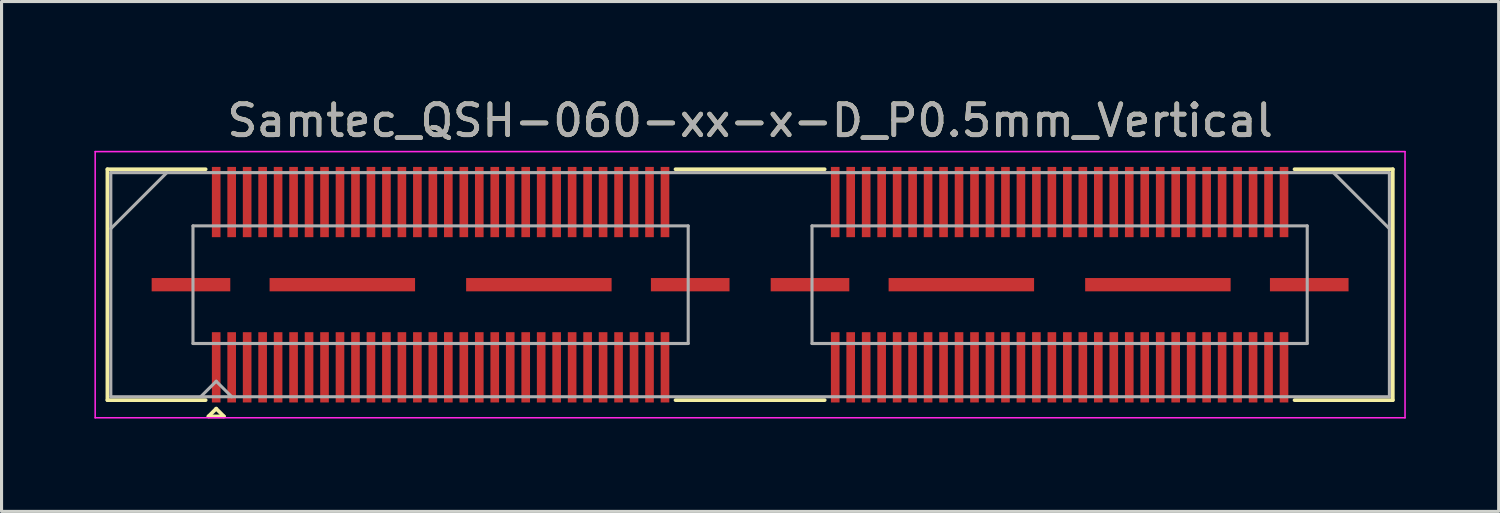
<source format=kicad_pcb>
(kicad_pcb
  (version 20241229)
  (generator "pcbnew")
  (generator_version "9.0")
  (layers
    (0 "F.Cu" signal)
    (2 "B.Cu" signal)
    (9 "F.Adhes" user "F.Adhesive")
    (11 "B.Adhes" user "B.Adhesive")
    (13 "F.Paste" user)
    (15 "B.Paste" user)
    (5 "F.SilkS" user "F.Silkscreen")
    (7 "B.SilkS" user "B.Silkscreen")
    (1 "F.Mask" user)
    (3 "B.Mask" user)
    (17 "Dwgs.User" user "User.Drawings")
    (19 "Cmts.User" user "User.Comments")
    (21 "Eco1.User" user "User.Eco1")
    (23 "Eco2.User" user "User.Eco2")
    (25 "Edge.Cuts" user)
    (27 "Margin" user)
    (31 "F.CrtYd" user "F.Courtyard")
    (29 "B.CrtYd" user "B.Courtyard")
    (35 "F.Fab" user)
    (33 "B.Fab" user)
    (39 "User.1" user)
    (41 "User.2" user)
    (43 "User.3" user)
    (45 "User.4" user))
  (footprint "Samtec_QSH-060-xx-x-D_P0.5mm_Vertical"
    (layer "F.Cu")
    (at 21.185 6.148)
    (property "Reference" "Samtec_QSH-060-xx-x-D_P0.5mm_Vertical" (at 0 -5.3 0) (layer "F.SilkS") (effects (font (size 1 1) (thickness 0.15))))
    (attr smd)
    (fp_line (start -20.765 -3.73) (end -17.59 -3.73) (stroke (width 0.12) (type solid)) (layer "F.SilkS"))
    (fp_line (start -20.765 3.73) (end -20.765 -3.73) (stroke (width 0.12) (type solid)) (layer "F.SilkS"))
    (fp_line (start -17.59 3.73) (end -20.765 3.73) (stroke (width 0.12) (type solid)) (layer "F.SilkS"))
    (fp_line (start -17.5 4.255) (end -17.25 4.005) (stroke (width 0.12) (type solid)) (layer "F.SilkS"))
    (fp_line (start -17.25 4.005) (end -17 4.255) (stroke (width 0.12) (type solid)) (layer "F.SilkS"))
    (fp_line (start -17 4.255) (end -17.5 4.255) (stroke (width 0.12) (type solid)) (layer "F.SilkS"))
    (fp_line (start -2.41 -3.73) (end 2.41 -3.73) (stroke (width 0.12) (type solid)) (layer "F.SilkS"))
    (fp_line (start -2.41 3.73) (end 2.41 3.73) (stroke (width 0.12) (type solid)) (layer "F.SilkS"))
    (fp_line (start 17.59 3.73) (end 20.765 3.73) (stroke (width 0.12) (type solid)) (layer "F.SilkS"))
    (fp_line (start 20.765 -3.73) (end 17.59 -3.73) (stroke (width 0.12) (type solid)) (layer "F.SilkS"))
    (fp_line (start 20.765 3.73) (end 20.765 -3.73) (stroke (width 0.12) (type solid)) (layer "F.SilkS"))
    (fp_line (start -21.16 -4.3) (end -21.16 4.3) (stroke (width 0.05) (type solid)) (layer "F.CrtYd"))
    (fp_line (start -21.16 4.3) (end 21.16 4.3) (stroke (width 0.05) (type solid)) (layer "F.CrtYd"))
    (fp_line (start 21.16 -4.3) (end -21.16 -4.3) (stroke (width 0.05) (type solid)) (layer "F.CrtYd"))
    (fp_line (start 21.16 4.3) (end 21.16 -4.3) (stroke (width 0.05) (type solid)) (layer "F.CrtYd"))
    (fp_line (start -20.655 -3.62) (end -20.655 3.62) (stroke (width 0.1) (type solid)) (layer "F.Fab"))
    (fp_line (start -20.655 -1.81) (end -18.845 -3.62) (stroke (width 0.1) (type solid)) (layer "F.Fab"))
    (fp_line (start -20.655 3.62) (end 20.655 3.62) (stroke (width 0.1) (type solid)) (layer "F.Fab"))
    (fp_line (start -18 -1.9) (end -18 1.9) (stroke (width 0.1) (type solid)) (layer "F.Fab"))
    (fp_line (start -18 1.9) (end -2 1.9) (stroke (width 0.1) (type solid)) (layer "F.Fab"))
    (fp_line (start -17.75 3.62) (end -17.25 3.12) (stroke (width 0.1) (type solid)) (layer "F.Fab"))
    (fp_line (start -17.25 3.12) (end -16.75 3.62) (stroke (width 0.1) (type solid)) (layer "F.Fab"))
    (fp_line (start -2 -1.9) (end -18 -1.9) (stroke (width 0.1) (type solid)) (layer "F.Fab"))
    (fp_line (start -2 1.9) (end -2 -1.9) (stroke (width 0.1) (type solid)) (layer "F.Fab"))
    (fp_line (start 2 -1.9) (end 2 1.9) (stroke (width 0.1) (type solid)) (layer "F.Fab"))
    (fp_line (start 2 1.9) (end 18 1.9) (stroke (width 0.1) (type solid)) (layer "F.Fab"))
    (fp_line (start 18 -1.9) (end 2 -1.9) (stroke (width 0.1) (type solid)) (layer "F.Fab"))
    (fp_line (start 18 1.9) (end 18 -1.9) (stroke (width 0.1) (type solid)) (layer "F.Fab"))
    (fp_line (start 20.655 -3.62) (end -20.655 -3.62) (stroke (width 0.1) (type solid)) (layer "F.Fab"))
    (fp_line (start 20.655 -1.81) (end 18.845 -3.62) (stroke (width 0.1) (type solid)) (layer "F.Fab"))
    (fp_line (start 20.655 3.62) (end 20.655 -3.62) (stroke (width 0.1) (type solid)) (layer "F.Fab"))
    (fp_text user "${REFERENCE}" (at 0 -5.3 0) (layer "F.Fab") (effects (font (size 1 1) (thickness 0.15))))
    (pad "1" smd rect (at -17.25 2.67) (size 0.279 2.27) (layers "F.Cu" "F.Mask" "F.Paste"))
    (pad "2" smd rect (at -17.25 -2.67) (size 0.279 2.27) (layers "F.Cu" "F.Mask" "F.Paste"))
    (pad "3" smd rect (at -16.75 2.67) (size 0.279 2.27) (layers "F.Cu" "F.Mask" "F.Paste"))
    (pad "4" smd rect (at -16.75 -2.67) (size 0.279 2.27) (layers "F.Cu" "F.Mask" "F.Paste"))
    (pad "5" smd rect (at -16.25 2.67) (size 0.279 2.27) (layers "F.Cu" "F.Mask" "F.Paste"))
    (pad "6" smd rect (at -16.25 -2.67) (size 0.279 2.27) (layers "F.Cu" "F.Mask" "F.Paste"))
    (pad "7" smd rect (at -15.75 2.67) (size 0.279 2.27) (layers "F.Cu" "F.Mask" "F.Paste"))
    (pad "8" smd rect (at -15.75 -2.67) (size 0.279 2.27) (layers "F.Cu" "F.Mask" "F.Paste"))
    (pad "9" smd rect (at -15.25 2.67) (size 0.279 2.27) (layers "F.Cu" "F.Mask" "F.Paste"))
    (pad "10" smd rect (at -15.25 -2.67) (size 0.279 2.27) (layers "F.Cu" "F.Mask" "F.Paste"))
    (pad "11" smd rect (at -14.75 2.67) (size 0.279 2.27) (layers "F.Cu" "F.Mask" "F.Paste"))
    (pad "12" smd rect (at -14.75 -2.67) (size 0.279 2.27) (layers "F.Cu" "F.Mask" "F.Paste"))
    (pad "13" smd rect (at -14.25 2.67) (size 0.279 2.27) (layers "F.Cu" "F.Mask" "F.Paste"))
    (pad "14" smd rect (at -14.25 -2.67) (size 0.279 2.27) (layers "F.Cu" "F.Mask" "F.Paste"))
    (pad "15" smd rect (at -13.75 2.67) (size 0.279 2.27) (layers "F.Cu" "F.Mask" "F.Paste"))
    (pad "16" smd rect (at -13.75 -2.67) (size 0.279 2.27) (layers "F.Cu" "F.Mask" "F.Paste"))
    (pad "17" smd rect (at -13.25 2.67) (size 0.279 2.27) (layers "F.Cu" "F.Mask" "F.Paste"))
    (pad "18" smd rect (at -13.25 -2.67) (size 0.279 2.27) (layers "F.Cu" "F.Mask" "F.Paste"))
    (pad "19" smd rect (at -12.75 2.67) (size 0.279 2.27) (layers "F.Cu" "F.Mask" "F.Paste"))
    (pad "20" smd rect (at -12.75 -2.67) (size 0.279 2.27) (layers "F.Cu" "F.Mask" "F.Paste"))
    (pad "21" smd rect (at -12.25 2.67) (size 0.279 2.27) (layers "F.Cu" "F.Mask" "F.Paste"))
    (pad "22" smd rect (at -12.25 -2.67) (size 0.279 2.27) (layers "F.Cu" "F.Mask" "F.Paste"))
    (pad "23" smd rect (at -11.75 2.67) (size 0.279 2.27) (layers "F.Cu" "F.Mask" "F.Paste"))
    (pad "24" smd rect (at -11.75 -2.67) (size 0.279 2.27) (layers "F.Cu" "F.Mask" "F.Paste"))
    (pad "25" smd rect (at -11.25 2.67) (size 0.279 2.27) (layers "F.Cu" "F.Mask" "F.Paste"))
    (pad "26" smd rect (at -11.25 -2.67) (size 0.279 2.27) (layers "F.Cu" "F.Mask" "F.Paste"))
    (pad "27" smd rect (at -10.75 2.67) (size 0.279 2.27) (layers "F.Cu" "F.Mask" "F.Paste"))
    (pad "28" smd rect (at -10.75 -2.67) (size 0.279 2.27) (layers "F.Cu" "F.Mask" "F.Paste"))
    (pad "29" smd rect (at -10.25 2.67) (size 0.279 2.27) (layers "F.Cu" "F.Mask" "F.Paste"))
    (pad "30" smd rect (at -10.25 -2.67) (size 0.279 2.27) (layers "F.Cu" "F.Mask" "F.Paste"))
    (pad "31" smd rect (at -9.75 2.67) (size 0.279 2.27) (layers "F.Cu" "F.Mask" "F.Paste"))
    (pad "32" smd rect (at -9.75 -2.67) (size 0.279 2.27) (layers "F.Cu" "F.Mask" "F.Paste"))
    (pad "33" smd rect (at -9.25 2.67) (size 0.279 2.27) (layers "F.Cu" "F.Mask" "F.Paste"))
    (pad "34" smd rect (at -9.25 -2.67) (size 0.279 2.27) (layers "F.Cu" "F.Mask" "F.Paste"))
    (pad "35" smd rect (at -8.75 2.67) (size 0.279 2.27) (layers "F.Cu" "F.Mask" "F.Paste"))
    (pad "36" smd rect (at -8.75 -2.67) (size 0.279 2.27) (layers "F.Cu" "F.Mask" "F.Paste"))
    (pad "37" smd rect (at -8.25 2.67) (size 0.279 2.27) (layers "F.Cu" "F.Mask" "F.Paste"))
    (pad "38" smd rect (at -8.25 -2.67) (size 0.279 2.27) (layers "F.Cu" "F.Mask" "F.Paste"))
    (pad "39" smd rect (at -7.75 2.67) (size 0.279 2.27) (layers "F.Cu" "F.Mask" "F.Paste"))
    (pad "40" smd rect (at -7.75 -2.67) (size 0.279 2.27) (layers "F.Cu" "F.Mask" "F.Paste"))
    (pad "41" smd rect (at -7.25 2.67) (size 0.279 2.27) (layers "F.Cu" "F.Mask" "F.Paste"))
    (pad "42" smd rect (at -7.25 -2.67) (size 0.279 2.27) (layers "F.Cu" "F.Mask" "F.Paste"))
    (pad "43" smd rect (at -6.75 2.67) (size 0.279 2.27) (layers "F.Cu" "F.Mask" "F.Paste"))
    (pad "44" smd rect (at -6.75 -2.67) (size 0.279 2.27) (layers "F.Cu" "F.Mask" "F.Paste"))
    (pad "45" smd rect (at -6.25 2.67) (size 0.279 2.27) (layers "F.Cu" "F.Mask" "F.Paste"))
    (pad "46" smd rect (at -6.25 -2.67) (size 0.279 2.27) (layers "F.Cu" "F.Mask" "F.Paste"))
    (pad "47" smd rect (at -5.75 2.67) (size 0.279 2.27) (layers "F.Cu" "F.Mask" "F.Paste"))
    (pad "48" smd rect (at -5.75 -2.67) (size 0.279 2.27) (layers "F.Cu" "F.Mask" "F.Paste"))
    (pad "49" smd rect (at -5.25 2.67) (size 0.279 2.27) (layers "F.Cu" "F.Mask" "F.Paste"))
    (pad "50" smd rect (at -5.25 -2.67) (size 0.279 2.27) (layers "F.Cu" "F.Mask" "F.Paste"))
    (pad "51" smd rect (at -4.75 2.67) (size 0.279 2.27) (layers "F.Cu" "F.Mask" "F.Paste"))
    (pad "52" smd rect (at -4.75 -2.67) (size 0.279 2.27) (layers "F.Cu" "F.Mask" "F.Paste"))
    (pad "53" smd rect (at -4.25 2.67) (size 0.279 2.27) (layers "F.Cu" "F.Mask" "F.Paste"))
    (pad "54" smd rect (at -4.25 -2.67) (size 0.279 2.27) (layers "F.Cu" "F.Mask" "F.Paste"))
    (pad "55" smd rect (at -3.75 2.67) (size 0.279 2.27) (layers "F.Cu" "F.Mask" "F.Paste"))
    (pad "56" smd rect (at -3.75 -2.67) (size 0.279 2.27) (layers "F.Cu" "F.Mask" "F.Paste"))
    (pad "57" smd rect (at -3.25 2.67) (size 0.279 2.27) (layers "F.Cu" "F.Mask" "F.Paste"))
    (pad "58" smd rect (at -3.25 -2.67) (size 0.279 2.27) (layers "F.Cu" "F.Mask" "F.Paste"))
    (pad "59" smd rect (at -2.75 2.67) (size 0.279 2.27) (layers "F.Cu" "F.Mask" "F.Paste"))
    (pad "60" smd rect (at -2.75 -2.67) (size 0.279 2.27) (layers "F.Cu" "F.Mask" "F.Paste"))
    (pad "61" smd rect (at 2.75 2.67) (size 0.279 2.27) (layers "F.Cu" "F.Mask" "F.Paste"))
    (pad "62" smd rect (at 2.75 -2.67) (size 0.279 2.27) (layers "F.Cu" "F.Mask" "F.Paste"))
    (pad "63" smd rect (at 3.25 2.67) (size 0.279 2.27) (layers "F.Cu" "F.Mask" "F.Paste"))
    (pad "64" smd rect (at 3.25 -2.67) (size 0.279 2.27) (layers "F.Cu" "F.Mask" "F.Paste"))
    (pad "65" smd rect (at 3.75 2.67) (size 0.279 2.27) (layers "F.Cu" "F.Mask" "F.Paste"))
    (pad "66" smd rect (at 3.75 -2.67) (size 0.279 2.27) (layers "F.Cu" "F.Mask" "F.Paste"))
    (pad "67" smd rect (at 4.25 2.67) (size 0.279 2.27) (layers "F.Cu" "F.Mask" "F.Paste"))
    (pad "68" smd rect (at 4.25 -2.67) (size 0.279 2.27) (layers "F.Cu" "F.Mask" "F.Paste"))
    (pad "69" smd rect (at 4.75 2.67) (size 0.279 2.27) (layers "F.Cu" "F.Mask" "F.Paste"))
    (pad "70" smd rect (at 4.75 -2.67) (size 0.279 2.27) (layers "F.Cu" "F.Mask" "F.Paste"))
    (pad "71" smd rect (at 5.25 2.67) (size 0.279 2.27) (layers "F.Cu" "F.Mask" "F.Paste"))
    (pad "72" smd rect (at 5.25 -2.67) (size 0.279 2.27) (layers "F.Cu" "F.Mask" "F.Paste"))
    (pad "73" smd rect (at 5.75 2.67) (size 0.279 2.27) (layers "F.Cu" "F.Mask" "F.Paste"))
    (pad "74" smd rect (at 5.75 -2.67) (size 0.279 2.27) (layers "F.Cu" "F.Mask" "F.Paste"))
    (pad "75" smd rect (at 6.25 2.67) (size 0.279 2.27) (layers "F.Cu" "F.Mask" "F.Paste"))
    (pad "76" smd rect (at 6.25 -2.67) (size 0.279 2.27) (layers "F.Cu" "F.Mask" "F.Paste"))
    (pad "77" smd rect (at 6.75 2.67) (size 0.279 2.27) (layers "F.Cu" "F.Mask" "F.Paste"))
    (pad "78" smd rect (at 6.75 -2.67) (size 0.279 2.27) (layers "F.Cu" "F.Mask" "F.Paste"))
    (pad "79" smd rect (at 7.25 2.67) (size 0.279 2.27) (layers "F.Cu" "F.Mask" "F.Paste"))
    (pad "80" smd rect (at 7.25 -2.67) (size 0.279 2.27) (layers "F.Cu" "F.Mask" "F.Paste"))
    (pad "81" smd rect (at 7.75 2.67) (size 0.279 2.27) (layers "F.Cu" "F.Mask" "F.Paste"))
    (pad "82" smd rect (at 7.75 -2.67) (size 0.279 2.27) (layers "F.Cu" "F.Mask" "F.Paste"))
    (pad "83" smd rect (at 8.25 2.67) (size 0.279 2.27) (layers "F.Cu" "F.Mask" "F.Paste"))
    (pad "84" smd rect (at 8.25 -2.67) (size 0.279 2.27) (layers "F.Cu" "F.Mask" "F.Paste"))
    (pad "85" smd rect (at 8.75 2.67) (size 0.279 2.27) (layers "F.Cu" "F.Mask" "F.Paste"))
    (pad "86" smd rect (at 8.75 -2.67) (size 0.279 2.27) (layers "F.Cu" "F.Mask" "F.Paste"))
    (pad "87" smd rect (at 9.25 2.67) (size 0.279 2.27) (layers "F.Cu" "F.Mask" "F.Paste"))
    (pad "88" smd rect (at 9.25 -2.67) (size 0.279 2.27) (layers "F.Cu" "F.Mask" "F.Paste"))
    (pad "89" smd rect (at 9.75 2.67) (size 0.279 2.27) (layers "F.Cu" "F.Mask" "F.Paste"))
    (pad "90" smd rect (at 9.75 -2.67) (size 0.279 2.27) (layers "F.Cu" "F.Mask" "F.Paste"))
    (pad "91" smd rect (at 10.25 2.67) (size 0.279 2.27) (layers "F.Cu" "F.Mask" "F.Paste"))
    (pad "92" smd rect (at 10.25 -2.67) (size 0.279 2.27) (layers "F.Cu" "F.Mask" "F.Paste"))
    (pad "93" smd rect (at 10.75 2.67) (size 0.279 2.27) (layers "F.Cu" "F.Mask" "F.Paste"))
    (pad "94" smd rect (at 10.75 -2.67) (size 0.279 2.27) (layers "F.Cu" "F.Mask" "F.Paste"))
    (pad "95" smd rect (at 11.25 2.67) (size 0.279 2.27) (layers "F.Cu" "F.Mask" "F.Paste"))
    (pad "96" smd rect (at 11.25 -2.67) (size 0.279 2.27) (layers "F.Cu" "F.Mask" "F.Paste"))
    (pad "97" smd rect (at 11.75 2.67) (size 0.279 2.27) (layers "F.Cu" "F.Mask" "F.Paste"))
    (pad "98" smd rect (at 11.75 -2.67) (size 0.279 2.27) (layers "F.Cu" "F.Mask" "F.Paste"))
    (pad "99" smd rect (at 12.25 2.67) (size 0.279 2.27) (layers "F.Cu" "F.Mask" "F.Paste"))
    (pad "100" smd rect (at 12.25 -2.67) (size 0.279 2.27) (layers "F.Cu" "F.Mask" "F.Paste"))
    (pad "101" smd rect (at 12.75 2.67) (size 0.279 2.27) (layers "F.Cu" "F.Mask" "F.Paste"))
    (pad "102" smd rect (at 12.75 -2.67) (size 0.279 2.27) (layers "F.Cu" "F.Mask" "F.Paste"))
    (pad "103" smd rect (at 13.25 2.67) (size 0.279 2.27) (layers "F.Cu" "F.Mask" "F.Paste"))
    (pad "104" smd rect (at 13.25 -2.67) (size 0.279 2.27) (layers "F.Cu" "F.Mask" "F.Paste"))
    (pad "105" smd rect (at 13.75 2.67) (size 0.279 2.27) (layers "F.Cu" "F.Mask" "F.Paste"))
    (pad "106" smd rect (at 13.75 -2.67) (size 0.279 2.27) (layers "F.Cu" "F.Mask" "F.Paste"))
    (pad "107" smd rect (at 14.25 2.67) (size 0.279 2.27) (layers "F.Cu" "F.Mask" "F.Paste"))
    (pad "108" smd rect (at 14.25 -2.67) (size 0.279 2.27) (layers "F.Cu" "F.Mask" "F.Paste"))
    (pad "109" smd rect (at 14.75 2.67) (size 0.279 2.27) (layers "F.Cu" "F.Mask" "F.Paste"))
    (pad "110" smd rect (at 14.75 -2.67) (size 0.279 2.27) (layers "F.Cu" "F.Mask" "F.Paste"))
    (pad "111" smd rect (at 15.25 2.67) (size 0.279 2.27) (layers "F.Cu" "F.Mask" "F.Paste"))
    (pad "112" smd rect (at 15.25 -2.67) (size 0.279 2.27) (layers "F.Cu" "F.Mask" "F.Paste"))
    (pad "113" smd rect (at 15.75 2.67) (size 0.279 2.27) (layers "F.Cu" "F.Mask" "F.Paste"))
    (pad "114" smd rect (at 15.75 -2.67) (size 0.279 2.27) (layers "F.Cu" "F.Mask" "F.Paste"))
    (pad "115" smd rect (at 16.25 2.67) (size 0.279 2.27) (layers "F.Cu" "F.Mask" "F.Paste"))
    (pad "116" smd rect (at 16.25 -2.67) (size 0.279 2.27) (layers "F.Cu" "F.Mask" "F.Paste"))
    (pad "117" smd rect (at 16.75 2.67) (size 0.279 2.27) (layers "F.Cu" "F.Mask" "F.Paste"))
    (pad "118" smd rect (at 16.75 -2.67) (size 0.279 2.27) (layers "F.Cu" "F.Mask" "F.Paste"))
    (pad "119" smd rect (at 17.25 2.67) (size 0.279 2.27) (layers "F.Cu" "F.Mask" "F.Paste"))
    (pad "120" smd rect (at 17.25 -2.67) (size 0.279 2.27) (layers "F.Cu" "F.Mask" "F.Paste"))
    (pad "P1" smd rect (at -18.065 0) (size 2.54 0.43) (layers "F.Cu" "F.Mask" "F.Paste"))
    (pad "P1" smd rect (at -13.175 0) (size 4.7 0.43) (layers "F.Cu" "F.Mask" "F.Paste"))
    (pad "P1" smd rect (at -6.825 0) (size 4.7 0.43) (layers "F.Cu" "F.Mask" "F.Paste"))
    (pad "P1" smd rect (at -1.935 0) (size 2.54 0.43) (layers "F.Cu" "F.Mask" "F.Paste"))
    (pad "P2" smd rect (at 1.935 0) (size 2.54 0.43) (layers "F.Cu" "F.Mask" "F.Paste"))
    (pad "P2" smd rect (at 6.825 0) (size 4.7 0.43) (layers "F.Cu" "F.Mask" "F.Paste"))
    (pad "P2" smd rect (at 13.175 0) (size 4.7 0.43) (layers "F.Cu" "F.Mask" "F.Paste"))
    (pad "P2" smd rect (at 18.065 0) (size 2.54 0.43) (layers "F.Cu" "F.Mask" "F.Paste")))
  (gr_rect
    (start -3 -3)
    (end 45.37 13.473)
    (stroke (width 0.1) (type default))
    (fill no)
    (layer "Edge.Cuts")))
</source>
